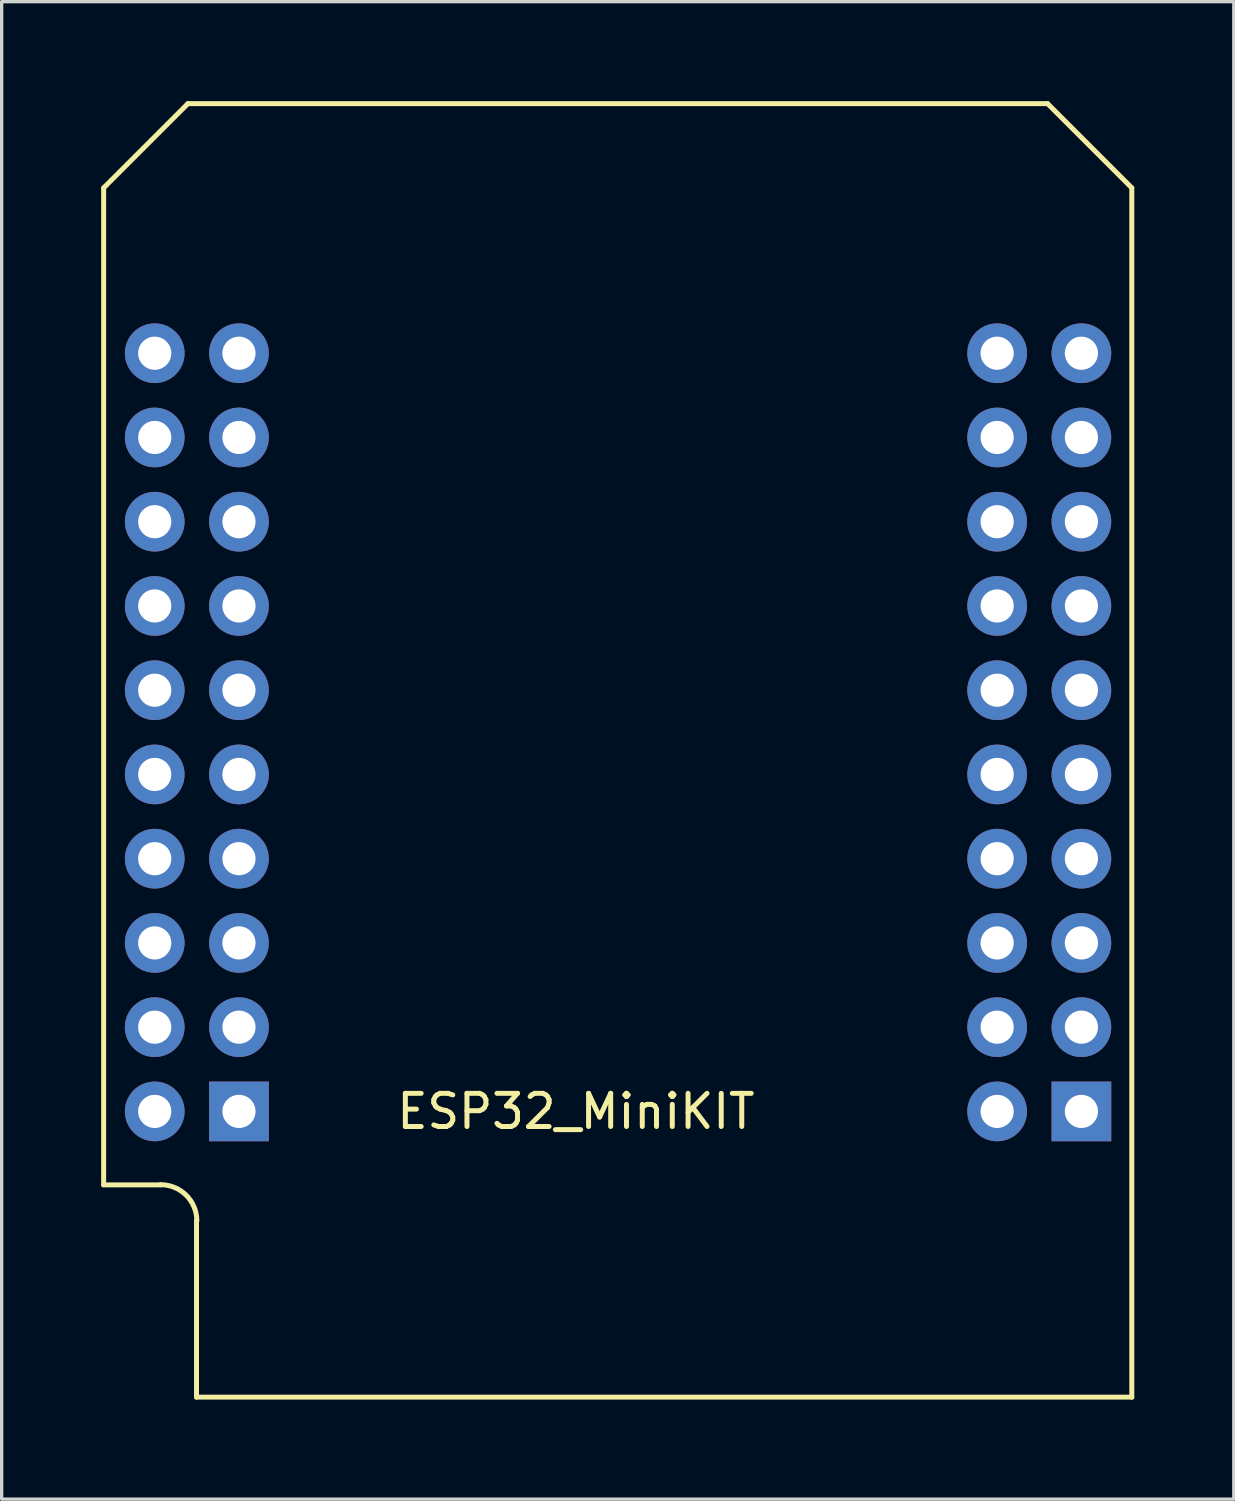
<source format=kicad_pcb>
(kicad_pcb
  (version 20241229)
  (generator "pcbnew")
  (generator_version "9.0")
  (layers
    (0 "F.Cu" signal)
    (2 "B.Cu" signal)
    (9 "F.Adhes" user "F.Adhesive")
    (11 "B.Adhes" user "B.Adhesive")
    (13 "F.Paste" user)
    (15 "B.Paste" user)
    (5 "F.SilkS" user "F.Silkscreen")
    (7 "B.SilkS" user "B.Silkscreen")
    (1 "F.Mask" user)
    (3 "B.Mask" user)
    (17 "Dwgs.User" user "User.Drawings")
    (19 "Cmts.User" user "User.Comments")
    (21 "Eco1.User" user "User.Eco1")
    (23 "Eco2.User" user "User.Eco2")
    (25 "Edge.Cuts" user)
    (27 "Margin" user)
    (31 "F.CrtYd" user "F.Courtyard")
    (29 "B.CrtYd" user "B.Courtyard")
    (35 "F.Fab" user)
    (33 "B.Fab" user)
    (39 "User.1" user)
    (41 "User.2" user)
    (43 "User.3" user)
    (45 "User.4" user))
  (footprint "ESP32_MiniKIT"
    (layer "F.Cu")
    (at 4.155 30.46)
    (property "Reference" "ESP32_MiniKIT" (at 10.16 0 0) (layer "F.SilkS") (effects (font (size 1 1) (thickness 0.15))))
    (attr through_hole)
    (fp_line (start -4.08 -27.845) (end -4.08 2.215) (stroke (width 0.15) (type solid)) (layer "F.SilkS"))
    (fp_line (start -4.08 -27.845) (end -1.54 -30.385) (stroke (width 0.15) (type solid)) (layer "F.SilkS"))
    (fp_line (start -4.08 2.215) (end -2.355 2.215) (stroke (width 0.15) (type solid)) (layer "F.SilkS"))
    (fp_line (start -1.28 3.29) (end -1.28 8.615) (stroke (width 0.15) (type solid)) (layer "F.SilkS"))
    (fp_line (start -1.28 8.615) (end 26.92 8.615) (stroke (width 0.15) (type solid)) (layer "F.SilkS"))
    (fp_line (start 24.38 -30.385) (end -1.54 -30.385) (stroke (width 0.15) (type solid)) (layer "F.SilkS"))
    (fp_line (start 24.38 -30.385) (end 26.92 -27.845) (stroke (width 0.15) (type solid)) (layer "F.SilkS"))
    (fp_line (start 26.92 8.615) (end 26.92 -27.845) (stroke (width 0.15) (type solid)) (layer "F.SilkS"))
    (fp_arc (start -2.36 2.21) (mid -1.589254 2.529254) (end -1.27 3.3) (stroke (width 0.15) (type solid)) (layer "F.SilkS"))
    (pad "1" thru_hole rect (at 0 0) (size 1.8 1.8) (drill 1) (layers "*.Cu" "*.Mask"))
    (pad "2" thru_hole circle (at -2.54 0) (size 1.8 1.8) (drill 1) (layers "*.Cu" "*.Mask"))
    (pad "3" thru_hole circle (at 0 -2.54) (size 1.8 1.8) (drill 1) (layers "*.Cu" "*.Mask"))
    (pad "4" thru_hole circle (at -2.54 -2.54) (size 1.8 1.8) (drill 1) (layers "*.Cu" "*.Mask"))
    (pad "5" thru_hole circle (at 0 -5.08) (size 1.8 1.8) (drill 1) (layers "*.Cu" "*.Mask"))
    (pad "6" thru_hole circle (at -2.54 -5.08) (size 1.8 1.8) (drill 1) (layers "*.Cu" "*.Mask"))
    (pad "7" thru_hole circle (at 0 -7.62) (size 1.8 1.8) (drill 1) (layers "*.Cu" "*.Mask"))
    (pad "8" thru_hole circle (at -2.54 -7.62) (size 1.8 1.8) (drill 1) (layers "*.Cu" "*.Mask"))
    (pad "9" thru_hole circle (at 0 -10.16) (size 1.8 1.8) (drill 1) (layers "*.Cu" "*.Mask"))
    (pad "10" thru_hole circle (at -2.54 -10.16) (size 1.8 1.8) (drill 1) (layers "*.Cu" "*.Mask"))
    (pad "11" thru_hole circle (at 0 -12.7) (size 1.8 1.8) (drill 1) (layers "*.Cu" "*.Mask"))
    (pad "12" thru_hole circle (at -2.54 -12.7) (size 1.8 1.8) (drill 1) (layers "*.Cu" "*.Mask"))
    (pad "13" thru_hole circle (at 0 -15.24) (size 1.8 1.8) (drill 1) (layers "*.Cu" "*.Mask"))
    (pad "14" thru_hole circle (at -2.54 -15.24) (size 1.8 1.8) (drill 1) (layers "*.Cu" "*.Mask"))
    (pad "15" thru_hole circle (at 0 -17.78) (size 1.8 1.8) (drill 1) (layers "*.Cu" "*.Mask"))
    (pad "16" thru_hole circle (at -2.54 -17.78) (size 1.8 1.8) (drill 1) (layers "*.Cu" "*.Mask"))
    (pad "17" thru_hole circle (at 0 -20.32) (size 1.8 1.8) (drill 1) (layers "*.Cu" "*.Mask"))
    (pad "18" thru_hole circle (at -2.54 -20.32) (size 1.8 1.8) (drill 1) (layers "*.Cu" "*.Mask"))
    (pad "19" thru_hole circle (at 0 -22.86) (size 1.8 1.8) (drill 1) (layers "*.Cu" "*.Mask"))
    (pad "20" thru_hole circle (at -2.54 -22.86) (size 1.8 1.8) (drill 1) (layers "*.Cu" "*.Mask"))
    (pad "21" thru_hole rect (at 25.4 0) (size 1.8 1.8) (drill 1) (layers "*.Cu" "*.Mask"))
    (pad "22" thru_hole circle (at 22.86 0) (size 1.8 1.8) (drill 1) (layers "*.Cu" "*.Mask"))
    (pad "23" thru_hole circle (at 25.4 -2.54) (size 1.8 1.8) (drill 1) (layers "*.Cu" "*.Mask"))
    (pad "24" thru_hole circle (at 22.86 -2.54) (size 1.8 1.8) (drill 1) (layers "*.Cu" "*.Mask"))
    (pad "25" thru_hole circle (at 25.4 -5.08) (size 1.8 1.8) (drill 1) (layers "*.Cu" "*.Mask"))
    (pad "26" thru_hole circle (at 22.86 -5.08) (size 1.8 1.8) (drill 1) (layers "*.Cu" "*.Mask"))
    (pad "27" thru_hole circle (at 25.4 -7.62) (size 1.8 1.8) (drill 1) (layers "*.Cu" "*.Mask"))
    (pad "28" thru_hole circle (at 22.86 -7.62) (size 1.8 1.8) (drill 1) (layers "*.Cu" "*.Mask"))
    (pad "29" thru_hole circle (at 25.4 -10.16) (size 1.8 1.8) (drill 1) (layers "*.Cu" "*.Mask"))
    (pad "30" thru_hole circle (at 22.86 -10.16) (size 1.8 1.8) (drill 1) (layers "*.Cu" "*.Mask"))
    (pad "31" thru_hole circle (at 25.4 -12.7) (size 1.8 1.8) (drill 1) (layers "*.Cu" "*.Mask"))
    (pad "32" thru_hole circle (at 22.86 -12.7) (size 1.8 1.8) (drill 1) (layers "*.Cu" "*.Mask"))
    (pad "33" thru_hole circle (at 25.4 -15.24) (size 1.8 1.8) (drill 1) (layers "*.Cu" "*.Mask"))
    (pad "34" thru_hole circle (at 22.86 -15.24) (size 1.8 1.8) (drill 1) (layers "*.Cu" "*.Mask"))
    (pad "35" thru_hole circle (at 25.4 -17.78) (size 1.8 1.8) (drill 1) (layers "*.Cu" "*.Mask"))
    (pad "36" thru_hole circle (at 22.86 -17.78) (size 1.8 1.8) (drill 1) (layers "*.Cu" "*.Mask"))
    (pad "37" thru_hole circle (at 25.4 -20.32) (size 1.8 1.8) (drill 1) (layers "*.Cu" "*.Mask"))
    (pad "38" thru_hole circle (at 22.86 -20.32) (size 1.8 1.8) (drill 1) (layers "*.Cu" "*.Mask"))
    (pad "39" thru_hole circle (at 25.4 -22.86) (size 1.8 1.8) (drill 1) (layers "*.Cu" "*.Mask"))
    (pad "40" thru_hole circle (at 22.86 -22.86) (size 1.8 1.8) (drill 1) (layers "*.Cu" "*.Mask")))
  (gr_rect
    (start -3 -3)
    (end 34.15 42.15)
    (stroke (width 0.1) (type default))
    (fill no)
    (layer "Edge.Cuts")))
</source>
